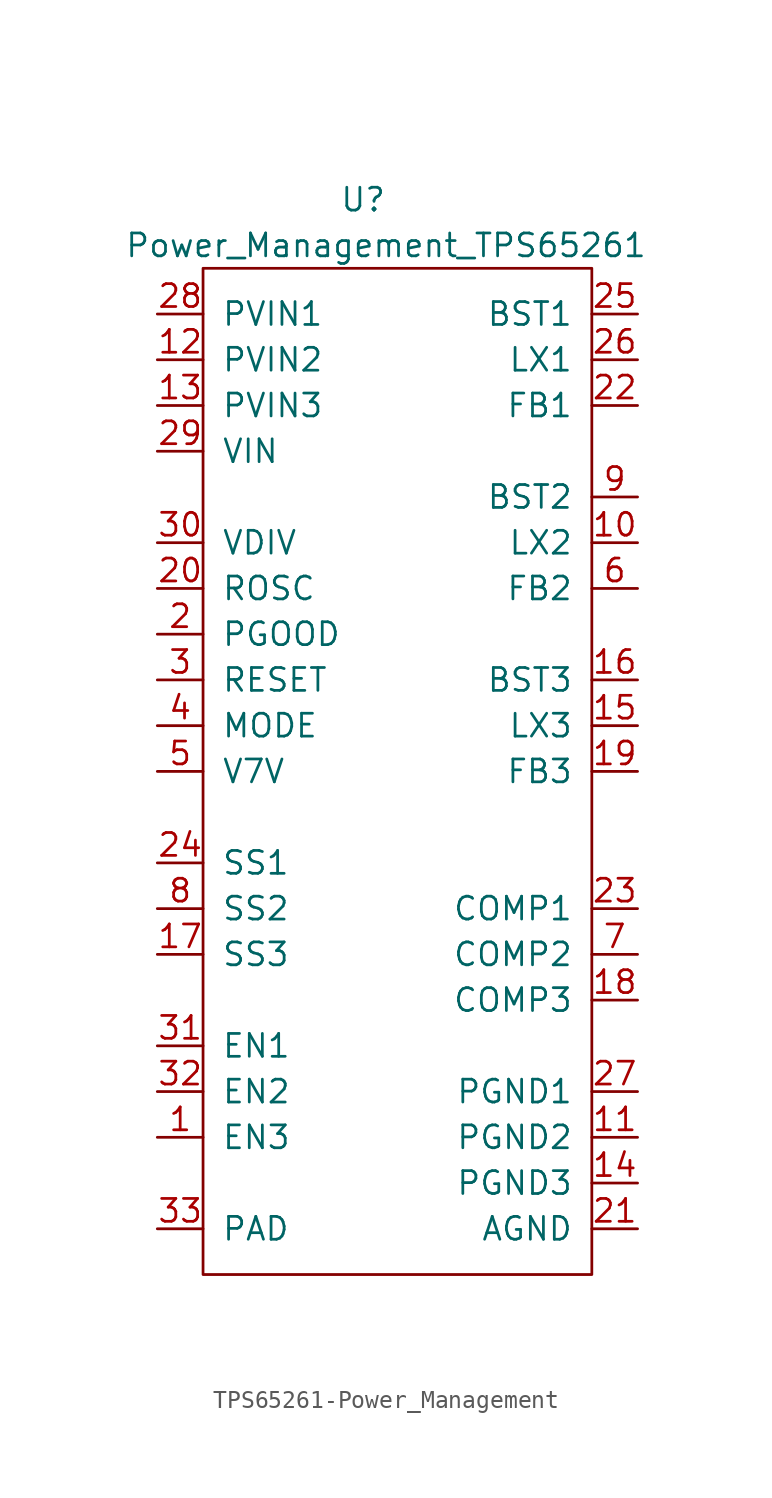
<source format=kicad_sym>
(kicad_symbol_lib
  (version 20220914)
  (generator kicad_symbol_editor)
  (symbol "TPS65261-Power_Management"
    (pin_names
      (offset 1.016))
    (property "Reference" "U"
      (at -1.27 1.27 0)
      (effects (font (size 1.27 1.27))))
    (property "Value" "Power_Management_TPS65261"
      (at 0 -1.27 0)
      (effects (font (size 1.27 1.27))))
    (symbol "TPS65261-Power_Management_0_1"
      (rectangle (start -10.16 -2.54) (end 11.43 -58.42) (stroke (width 0) (type solid)) (fill (type none))))
    (symbol "TPS65261-Power_Management_1_1"
      (pin input line (at -12.7 -50.8 0) (length 2.54) (name "EN3" (effects (font (size 1.27 1.27)))) (number "1" (effects (font (size 1.27 1.27)))))
      (pin power_out line (at 13.97 -17.78 180) (length 2.54) (name "LX2" (effects (font (size 1.27 1.27)))) (number "10" (effects (font (size 1.27 1.27)))))
      (pin power_in line (at 13.97 -50.8 180) (length 2.54) (name "PGND2" (effects (font (size 1.27 1.27)))) (number "11" (effects (font (size 1.27 1.27)))))
      (pin power_in line (at -12.7 -7.62 0) (length 2.54) (name "PVIN2" (effects (font (size 1.27 1.27)))) (number "12" (effects (font (size 1.27 1.27)))))
      (pin power_in line (at -12.7 -10.16 0) (length 2.54) (name "PVIN3" (effects (font (size 1.27 1.27)))) (number "13" (effects (font (size 1.27 1.27)))))
      (pin power_in line (at 13.97 -53.34 180) (length 2.54) (name "PGND3" (effects (font (size 1.27 1.27)))) (number "14" (effects (font (size 1.27 1.27)))))
      (pin power_out line (at 13.97 -27.94 180) (length 2.54) (name "LX3" (effects (font (size 1.27 1.27)))) (number "15" (effects (font (size 1.27 1.27)))))
      (pin input line (at 13.97 -25.4 180) (length 2.54) (name "BST3" (effects (font (size 1.27 1.27)))) (number "16" (effects (font (size 1.27 1.27)))))
      (pin input line (at -12.7 -40.64 0) (length 2.54) (name "SS3" (effects (font (size 1.27 1.27)))) (number "17" (effects (font (size 1.27 1.27)))))
      (pin input line (at 13.97 -43.18 180) (length 2.54) (name "COMP3" (effects (font (size 1.27 1.27)))) (number "18" (effects (font (size 1.27 1.27)))))
      (pin input line (at 13.97 -30.48 180) (length 2.54) (name "FB3" (effects (font (size 1.27 1.27)))) (number "19" (effects (font (size 1.27 1.27)))))
      (pin output line (at -12.7 -22.86 0) (length 2.54) (name "PGOOD" (effects (font (size 1.27 1.27)))) (number "2" (effects (font (size 1.27 1.27)))))
      (pin input line (at -12.7 -20.32 0) (length 2.54) (name "ROSC" (effects (font (size 1.27 1.27)))) (number "20" (effects (font (size 1.27 1.27)))))
      (pin power_in line (at 13.97 -55.88 180) (length 2.54) (name "AGND" (effects (font (size 1.27 1.27)))) (number "21" (effects (font (size 1.27 1.27)))))
      (pin input line (at 13.97 -10.16 180) (length 2.54) (name "FB1" (effects (font (size 1.27 1.27)))) (number "22" (effects (font (size 1.27 1.27)))))
      (pin input line (at 13.97 -38.1 180) (length 2.54) (name "COMP1" (effects (font (size 1.27 1.27)))) (number "23" (effects (font (size 1.27 1.27)))))
      (pin input line (at -12.7 -35.56 0) (length 2.54) (name "SS1" (effects (font (size 1.27 1.27)))) (number "24" (effects (font (size 1.27 1.27)))))
      (pin input line (at 13.97 -5.08 180) (length 2.54) (name "BST1" (effects (font (size 1.27 1.27)))) (number "25" (effects (font (size 1.27 1.27)))))
      (pin power_out line (at 13.97 -7.62 180) (length 2.54) (name "LX1" (effects (font (size 1.27 1.27)))) (number "26" (effects (font (size 1.27 1.27)))))
      (pin power_in line (at 13.97 -48.26 180) (length 2.54) (name "PGND1" (effects (font (size 1.27 1.27)))) (number "27" (effects (font (size 1.27 1.27)))))
      (pin power_in line (at -12.7 -5.08 0) (length 2.54) (name "PVIN1" (effects (font (size 1.27 1.27)))) (number "28" (effects (font (size 1.27 1.27)))))
      (pin power_in line (at -12.7 -12.7 0) (length 2.54) (name "VIN" (effects (font (size 1.27 1.27)))) (number "29" (effects (font (size 1.27 1.27)))))
      (pin output line (at -12.7 -25.4 0) (length 2.54) (name "RESET" (effects (font (size 1.27 1.27)))) (number "3" (effects (font (size 1.27 1.27)))))
      (pin input line (at -12.7 -17.78 0) (length 2.54) (name "VDIV" (effects (font (size 1.27 1.27)))) (number "30" (effects (font (size 1.27 1.27)))))
      (pin input line (at -12.7 -45.72 0) (length 2.54) (name "EN1" (effects (font (size 1.27 1.27)))) (number "31" (effects (font (size 1.27 1.27)))))
      (pin input line (at -12.7 -48.26 0) (length 2.54) (name "EN2" (effects (font (size 1.27 1.27)))) (number "32" (effects (font (size 1.27 1.27)))))
      (pin power_in line (at -12.7 -55.88 0) (length 2.54) (name "PAD" (effects (font (size 1.27 1.27)))) (number "33" (effects (font (size 1.27 1.27)))))
      (pin input line (at -12.7 -27.94 0) (length 2.54) (name "MODE" (effects (font (size 1.27 1.27)))) (number "4" (effects (font (size 1.27 1.27)))))
      (pin input line (at -12.7 -30.48 0) (length 2.54) (name "V7V" (effects (font (size 1.27 1.27)))) (number "5" (effects (font (size 1.27 1.27)))))
      (pin input line (at 13.97 -20.32 180) (length 2.54) (name "FB2" (effects (font (size 1.27 1.27)))) (number "6" (effects (font (size 1.27 1.27)))))
      (pin input line (at 13.97 -40.64 180) (length 2.54) (name "COMP2" (effects (font (size 1.27 1.27)))) (number "7" (effects (font (size 1.27 1.27)))))
      (pin input line (at -12.7 -38.1 0) (length 2.54) (name "SS2" (effects (font (size 1.27 1.27)))) (number "8" (effects (font (size 1.27 1.27)))))
      (pin input line (at 13.97 -15.24 180) (length 2.54) (name "BST2" (effects (font (size 1.27 1.27)))) (number "9" (effects (font (size 1.27 1.27))))))))
</source>
